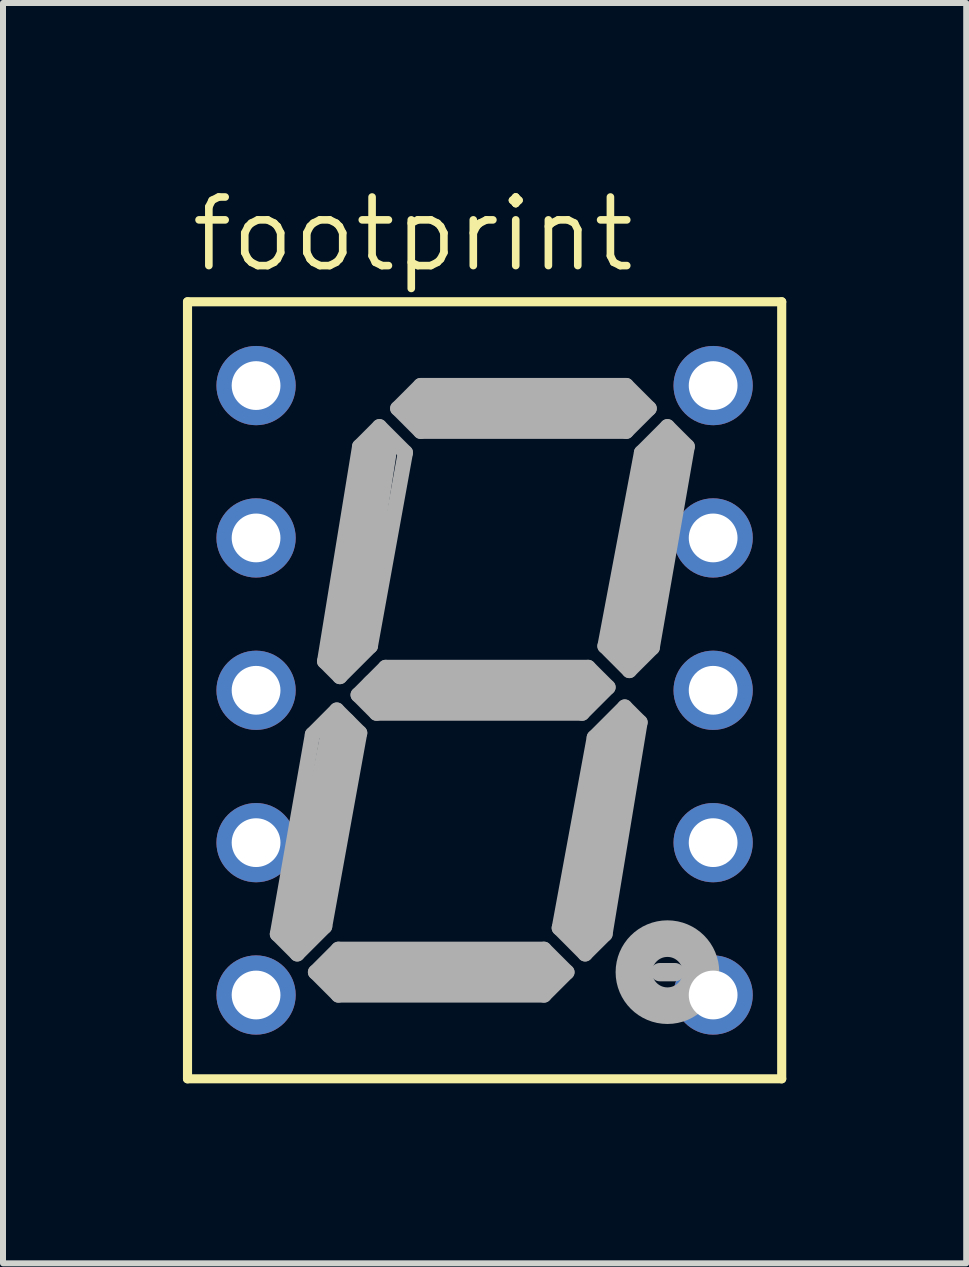
<source format=kicad_pcb>
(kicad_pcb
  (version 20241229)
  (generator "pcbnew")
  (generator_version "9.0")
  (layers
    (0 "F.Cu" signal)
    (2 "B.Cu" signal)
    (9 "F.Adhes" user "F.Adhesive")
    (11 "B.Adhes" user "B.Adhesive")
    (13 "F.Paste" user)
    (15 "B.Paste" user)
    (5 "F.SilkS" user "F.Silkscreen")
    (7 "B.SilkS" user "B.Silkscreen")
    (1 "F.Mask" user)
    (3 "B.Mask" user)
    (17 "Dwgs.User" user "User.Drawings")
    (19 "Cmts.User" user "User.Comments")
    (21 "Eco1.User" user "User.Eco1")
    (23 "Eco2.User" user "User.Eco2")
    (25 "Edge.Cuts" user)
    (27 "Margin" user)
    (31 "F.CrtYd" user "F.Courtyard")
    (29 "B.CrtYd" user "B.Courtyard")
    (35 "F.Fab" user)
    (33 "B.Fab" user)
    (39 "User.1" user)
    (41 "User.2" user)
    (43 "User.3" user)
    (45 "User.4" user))
  (footprint "footprint"
    (layer "F.Cu")
    (at 5.029 8.458)
    (property "Reference" "footprint" (at -4.953 -6.934 0) (layer "F.SilkS") (effects (font (size 1.143 1.143) (thickness 0.127)) (justify left bottom)))
    (fp_line (start -4.953 -6.477) (end 4.953 -6.477) (stroke (width 0.152) (type solid)) (layer "F.SilkS"))
    (fp_line (start -4.953 6.477) (end -4.953 -6.477) (stroke (width 0.152) (type solid)) (layer "F.SilkS"))
    (fp_line (start 4.953 -6.477) (end 4.953 6.477) (stroke (width 0.152) (type solid)) (layer "F.SilkS"))
    (fp_line (start 4.953 6.477) (end -4.953 6.477) (stroke (width 0.152) (type solid)) (layer "F.SilkS"))
    (fp_line (start -3.454 4.064) (end -3.124 4.394) (stroke (width 0.254) (type solid)) (layer "F.Fab"))
    (fp_line (start -3.124 4.394) (end -2.667 3.937) (stroke (width 0.254) (type solid)) (layer "F.Fab"))
    (fp_line (start -2.87 0.737) (end -3.454 4.064) (stroke (width 0.254) (type solid)) (layer "F.Fab"))
    (fp_line (start -2.819 4.699) (end -2.438 4.318) (stroke (width 0.254) (type solid)) (layer "F.Fab"))
    (fp_line (start -2.667 -0.483) (end -2.083 -4.064) (stroke (width 0.254) (type solid)) (layer "F.Fab"))
    (fp_line (start -2.667 3.937) (end -2.083 0.711) (stroke (width 0.254) (type solid)) (layer "F.Fab"))
    (fp_line (start -2.464 0.33) (end -2.87 0.737) (stroke (width 0.254) (type solid)) (layer "F.Fab"))
    (fp_line (start -2.464 0.33) (end -2.083 0.711) (stroke (width 0.254) (type solid)) (layer "F.Fab"))
    (fp_line (start -2.438 4.318) (end 0.991 4.318) (stroke (width 0.254) (type solid)) (layer "F.Fab"))
    (fp_line (start -2.438 5.08) (end -2.819 4.699) (stroke (width 0.254) (type solid)) (layer "F.Fab"))
    (fp_line (start -2.413 -0.229) (end -2.667 -0.483) (stroke (width 0.254) (type solid)) (layer "F.Fab"))
    (fp_line (start -2.413 0.635) (end -3.048 3.937) (stroke (width 0.61) (type solid)) (layer "F.Fab"))
    (fp_line (start -2.413 4.699) (end 1.016 4.699) (stroke (width 0.61) (type solid)) (layer "F.Fab"))
    (fp_line (start -2.286 -0.635) (end -1.778 -3.937) (stroke (width 0.61) (type solid)) (layer "F.Fab"))
    (fp_line (start -2.108 0.076) (end -1.651 -0.381) (stroke (width 0.254) (type solid)) (layer "F.Fab"))
    (fp_line (start -2.083 -4.064) (end -1.753 -4.394) (stroke (width 0.254) (type solid)) (layer "F.Fab"))
    (fp_line (start -1.905 -0.737) (end -2.413 -0.229) (stroke (width 0.254) (type solid)) (layer "F.Fab"))
    (fp_line (start -1.803 0.381) (end -2.108 0.076) (stroke (width 0.254) (type solid)) (layer "F.Fab"))
    (fp_line (start -1.753 -4.394) (end -1.321 -3.962) (stroke (width 0.254) (type solid)) (layer "F.Fab"))
    (fp_line (start -1.651 -0.381) (end 1.727 -0.381) (stroke (width 0.254) (type solid)) (layer "F.Fab"))
    (fp_line (start -1.448 -4.699) (end -1.067 -5.08) (stroke (width 0.254) (type solid)) (layer "F.Fab"))
    (fp_line (start -1.321 -3.962) (end -1.905 -0.737) (stroke (width 0.254) (type solid)) (layer "F.Fab"))
    (fp_line (start -1.067 -5.08) (end 2.362 -5.08) (stroke (width 0.254) (type solid)) (layer "F.Fab"))
    (fp_line (start -1.067 -4.318) (end -1.448 -4.699) (stroke (width 0.254) (type solid)) (layer "F.Fab"))
    (fp_line (start -1.016 -4.699) (end 2.413 -4.699) (stroke (width 0.61) (type solid)) (layer "F.Fab"))
    (fp_line (start 0.991 4.318) (end 1.372 4.699) (stroke (width 0.254) (type solid)) (layer "F.Fab"))
    (fp_line (start 0.991 5.08) (end -2.438 5.08) (stroke (width 0.254) (type solid)) (layer "F.Fab"))
    (fp_line (start 1.245 3.962) (end 1.676 4.394) (stroke (width 0.254) (type solid)) (layer "F.Fab"))
    (fp_line (start 1.372 4.699) (end 0.991 5.08) (stroke (width 0.254) (type solid)) (layer "F.Fab"))
    (fp_line (start 1.626 0.381) (end -1.803 0.381) (stroke (width 0.254) (type solid)) (layer "F.Fab"))
    (fp_line (start 1.651 0) (end -1.778 0) (stroke (width 0.61) (type solid)) (layer "F.Fab"))
    (fp_line (start 1.651 3.937) (end 2.286 0.635) (stroke (width 0.61) (type solid)) (layer "F.Fab"))
    (fp_line (start 1.676 4.394) (end 2.007 4.064) (stroke (width 0.254) (type solid)) (layer "F.Fab"))
    (fp_line (start 1.727 -0.381) (end 2.057 -0.051) (stroke (width 0.254) (type solid)) (layer "F.Fab"))
    (fp_line (start 1.829 0.787) (end 1.245 3.962) (stroke (width 0.254) (type solid)) (layer "F.Fab"))
    (fp_line (start 2.007 -0.737) (end 2.413 -0.33) (stroke (width 0.254) (type solid)) (layer "F.Fab"))
    (fp_line (start 2.007 4.064) (end 2.591 0.533) (stroke (width 0.254) (type solid)) (layer "F.Fab"))
    (fp_line (start 2.057 -0.051) (end 1.626 0.381) (stroke (width 0.254) (type solid)) (layer "F.Fab"))
    (fp_line (start 2.337 0.279) (end 1.829 0.787) (stroke (width 0.254) (type solid)) (layer "F.Fab"))
    (fp_line (start 2.362 -5.08) (end 2.743 -4.699) (stroke (width 0.254) (type solid)) (layer "F.Fab"))
    (fp_line (start 2.362 -4.318) (end -1.067 -4.318) (stroke (width 0.254) (type solid)) (layer "F.Fab"))
    (fp_line (start 2.413 -0.33) (end 2.794 -0.711) (stroke (width 0.254) (type solid)) (layer "F.Fab"))
    (fp_line (start 2.591 0.533) (end 2.337 0.279) (stroke (width 0.254) (type solid)) (layer "F.Fab"))
    (fp_line (start 2.616 -3.962) (end 2.007 -0.737) (stroke (width 0.254) (type solid)) (layer "F.Fab"))
    (fp_line (start 2.743 -4.699) (end 2.362 -4.318) (stroke (width 0.254) (type solid)) (layer "F.Fab"))
    (fp_line (start 2.794 -0.711) (end 3.378 -4.064) (stroke (width 0.254) (type solid)) (layer "F.Fab"))
    (fp_line (start 2.921 4.699) (end 3.175 4.699) (stroke (width 0.305) (type solid)) (layer "F.Fab"))
    (fp_line (start 3.048 -4.394) (end 2.616 -3.962) (stroke (width 0.254) (type solid)) (layer "F.Fab"))
    (fp_line (start 3.048 -4.064) (end 2.413 -0.762) (stroke (width 0.61) (type solid)) (layer "F.Fab"))
    (fp_line (start 3.378 -4.064) (end 3.048 -4.394) (stroke (width 0.254) (type solid)) (layer "F.Fab"))
    (fp_circle (center 3.048 4.699) (end 3.302 4.699) (stroke (width 0.61) (type solid)) (fill no) (layer "F.Fab"))
    (pad "1" thru_hole circle (at -3.81 -5.08) (size 1.321 1.321) (drill 0.813) (layers "*.Cu" "*.Mask"))
    (pad "2" thru_hole circle (at -3.81 -2.54) (size 1.321 1.321) (drill 0.813) (layers "*.Cu" "*.Mask"))
    (pad "3" thru_hole circle (at -3.81 0) (size 1.321 1.321) (drill 0.813) (layers "*.Cu" "*.Mask"))
    (pad "4" thru_hole circle (at -3.81 2.54) (size 1.321 1.321) (drill 0.813) (layers "*.Cu" "*.Mask"))
    (pad "5" thru_hole circle (at -3.81 5.08) (size 1.321 1.321) (drill 0.813) (layers "*.Cu" "*.Mask"))
    (pad "6" thru_hole circle (at 3.81 5.08) (size 1.321 1.321) (drill 0.813) (layers "*.Cu" "*.Mask"))
    (pad "7" thru_hole circle (at 3.81 2.54) (size 1.321 1.321) (drill 0.813) (layers "*.Cu" "*.Mask"))
    (pad "8" thru_hole circle (at 3.81 0) (size 1.321 1.321) (drill 0.813) (layers "*.Cu" "*.Mask"))
    (pad "9" thru_hole circle (at 3.81 -2.54) (size 1.321 1.321) (drill 0.813) (layers "*.Cu" "*.Mask"))
    (pad "10" thru_hole circle (at 3.81 -5.08) (size 1.321 1.321) (drill 0.813) (layers "*.Cu" "*.Mask")))
  (gr_rect
    (start -3 -3)
    (end 13.058 18.011)
    (stroke (width 0.1) (type default))
    (fill no)
    (layer "Edge.Cuts")))
</source>
